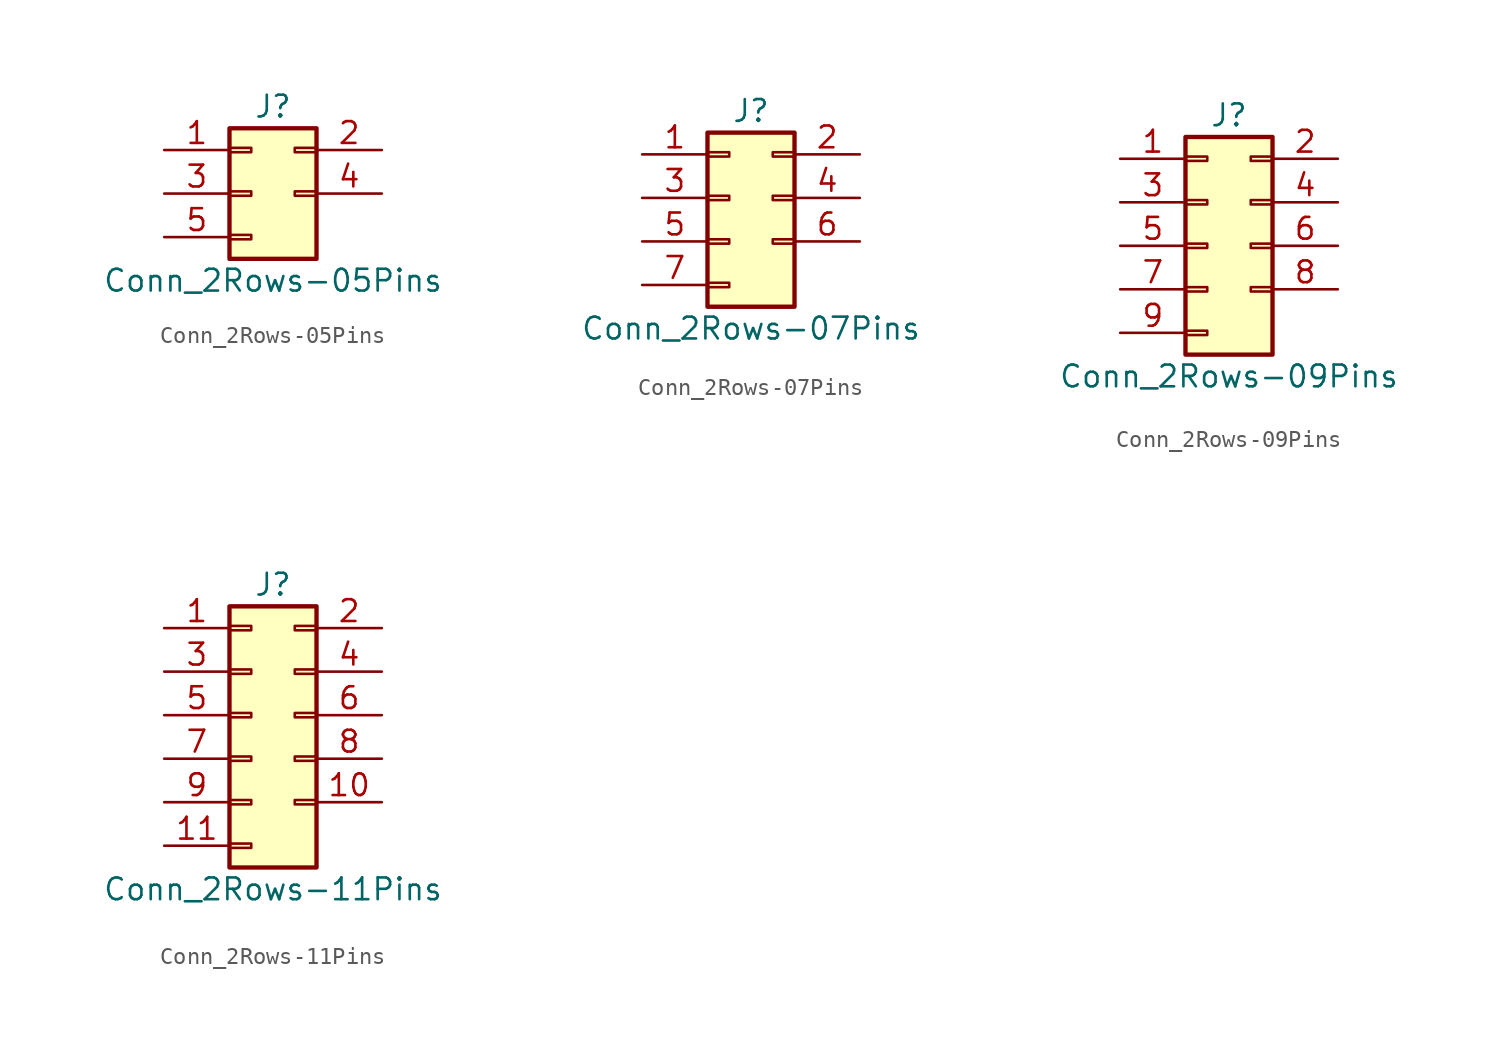
<source format=kicad_sym>
(kicad_symbol_lib
  (version 20201005)
  (generator kicad_symbol_editor)
  (symbol "Conn_2Rows-05Pins"
    (pin_names
      (offset 1.016) hide)
    (property "Reference" "J"
      (at 1.27 5.08 0)
      (effects (font (size 1.27 1.27))))
    (property "Value" "Conn_2Rows-05Pins"
      (at 1.27 -5.08 0)
      (effects (font (size 1.27 1.27))))
    (symbol "Conn_2Rows-05Pins_1_1"
      (rectangle (start -1.27 -2.413) (end 0 -2.667) (stroke (width 0.152)) (fill (type none)))
      (rectangle (start -1.27 0.127) (end 0 -0.127) (stroke (width 0.152)) (fill (type none)))
      (rectangle (start -1.27 2.667) (end 0 2.413) (stroke (width 0.152)) (fill (type none)))
      (rectangle (start 3.81 0.127) (end 2.54 -0.127) (stroke (width 0.152)) (fill (type none)))
      (rectangle (start 3.81 2.667) (end 2.54 2.413) (stroke (width 0.152)) (fill (type none)))
      (rectangle (start -1.27 3.81) (end 3.81 -3.81) (stroke (width 0.254)) (fill (type background)))
      (pin passive line (at -5.08 2.54 0) (length 3.81) (name "Pin_1" (effects (font (size 1.27 1.27)))) (number "1" (effects (font (size 1.27 1.27)))))
      (pin passive line (at 7.62 2.54 180) (length 3.81) (name "Pin_2" (effects (font (size 1.27 1.27)))) (number "2" (effects (font (size 1.27 1.27)))))
      (pin passive line (at -5.08 0 0) (length 3.81) (name "Pin_3" (effects (font (size 1.27 1.27)))) (number "3" (effects (font (size 1.27 1.27)))))
      (pin passive line (at 7.62 0 180) (length 3.81) (name "Pin_4" (effects (font (size 1.27 1.27)))) (number "4" (effects (font (size 1.27 1.27)))))
      (pin passive line (at -5.08 -2.54 0) (length 3.81) (name "Pin_5" (effects (font (size 1.27 1.27)))) (number "5" (effects (font (size 1.27 1.27)))))))
  (symbol "Conn_2Rows-07Pins"
    (pin_names
      (offset 1.016) hide)
    (property "Reference" "J"
      (at 1.27 5.08 0)
      (effects (font (size 1.27 1.27))))
    (property "Value" "Conn_2Rows-07Pins"
      (at 1.27 -7.62 0)
      (effects (font (size 1.27 1.27))))
    (symbol "Conn_2Rows-07Pins_1_1"
      (rectangle (start -1.27 -4.953) (end 0 -5.207) (stroke (width 0.152)) (fill (type none)))
      (rectangle (start -1.27 -2.413) (end 0 -2.667) (stroke (width 0.152)) (fill (type none)))
      (rectangle (start -1.27 0.127) (end 0 -0.127) (stroke (width 0.152)) (fill (type none)))
      (rectangle (start -1.27 2.667) (end 0 2.413) (stroke (width 0.152)) (fill (type none)))
      (rectangle (start 3.81 -2.413) (end 2.54 -2.667) (stroke (width 0.152)) (fill (type none)))
      (rectangle (start 3.81 0.127) (end 2.54 -0.127) (stroke (width 0.152)) (fill (type none)))
      (rectangle (start 3.81 2.667) (end 2.54 2.413) (stroke (width 0.152)) (fill (type none)))
      (rectangle (start -1.27 3.81) (end 3.81 -6.35) (stroke (width 0.254)) (fill (type background)))
      (pin passive line (at -5.08 2.54 0) (length 3.81) (name "Pin_1" (effects (font (size 1.27 1.27)))) (number "1" (effects (font (size 1.27 1.27)))))
      (pin passive line (at 7.62 2.54 180) (length 3.81) (name "Pin_2" (effects (font (size 1.27 1.27)))) (number "2" (effects (font (size 1.27 1.27)))))
      (pin passive line (at -5.08 0 0) (length 3.81) (name "Pin_3" (effects (font (size 1.27 1.27)))) (number "3" (effects (font (size 1.27 1.27)))))
      (pin passive line (at 7.62 0 180) (length 3.81) (name "Pin_4" (effects (font (size 1.27 1.27)))) (number "4" (effects (font (size 1.27 1.27)))))
      (pin passive line (at -5.08 -2.54 0) (length 3.81) (name "Pin_5" (effects (font (size 1.27 1.27)))) (number "5" (effects (font (size 1.27 1.27)))))
      (pin passive line (at 7.62 -2.54 180) (length 3.81) (name "Pin_6" (effects (font (size 1.27 1.27)))) (number "6" (effects (font (size 1.27 1.27)))))
      (pin passive line (at -5.08 -5.08 0) (length 3.81) (name "Pin_7" (effects (font (size 1.27 1.27)))) (number "7" (effects (font (size 1.27 1.27)))))))
  (symbol "Conn_2Rows-09Pins"
    (pin_names
      (offset 1.016) hide)
    (property "Reference" "J"
      (at 1.27 7.62 0)
      (effects (font (size 1.27 1.27))))
    (property "Value" "Conn_2Rows-09Pins"
      (at 1.27 -7.62 0)
      (effects (font (size 1.27 1.27))))
    (symbol "Conn_2Rows-09Pins_1_1"
      (rectangle (start -1.27 -4.953) (end 0 -5.207) (stroke (width 0.152)) (fill (type none)))
      (rectangle (start -1.27 -2.413) (end 0 -2.667) (stroke (width 0.152)) (fill (type none)))
      (rectangle (start -1.27 0.127) (end 0 -0.127) (stroke (width 0.152)) (fill (type none)))
      (rectangle (start -1.27 2.667) (end 0 2.413) (stroke (width 0.152)) (fill (type none)))
      (rectangle (start -1.27 5.207) (end 0 4.953) (stroke (width 0.152)) (fill (type none)))
      (rectangle (start 3.81 -2.413) (end 2.54 -2.667) (stroke (width 0.152)) (fill (type none)))
      (rectangle (start 3.81 0.127) (end 2.54 -0.127) (stroke (width 0.152)) (fill (type none)))
      (rectangle (start 3.81 2.667) (end 2.54 2.413) (stroke (width 0.152)) (fill (type none)))
      (rectangle (start 3.81 5.207) (end 2.54 4.953) (stroke (width 0.152)) (fill (type none)))
      (rectangle (start -1.27 6.35) (end 3.81 -6.35) (stroke (width 0.254)) (fill (type background)))
      (pin passive line (at -5.08 5.08 0) (length 3.81) (name "Pin_1" (effects (font (size 1.27 1.27)))) (number "1" (effects (font (size 1.27 1.27)))))
      (pin passive line (at 7.62 5.08 180) (length 3.81) (name "Pin_2" (effects (font (size 1.27 1.27)))) (number "2" (effects (font (size 1.27 1.27)))))
      (pin passive line (at -5.08 2.54 0) (length 3.81) (name "Pin_3" (effects (font (size 1.27 1.27)))) (number "3" (effects (font (size 1.27 1.27)))))
      (pin passive line (at 7.62 2.54 180) (length 3.81) (name "Pin_4" (effects (font (size 1.27 1.27)))) (number "4" (effects (font (size 1.27 1.27)))))
      (pin passive line (at -5.08 0 0) (length 3.81) (name "Pin_5" (effects (font (size 1.27 1.27)))) (number "5" (effects (font (size 1.27 1.27)))))
      (pin passive line (at 7.62 0 180) (length 3.81) (name "Pin_6" (effects (font (size 1.27 1.27)))) (number "6" (effects (font (size 1.27 1.27)))))
      (pin passive line (at -5.08 -2.54 0) (length 3.81) (name "Pin_7" (effects (font (size 1.27 1.27)))) (number "7" (effects (font (size 1.27 1.27)))))
      (pin passive line (at 7.62 -2.54 180) (length 3.81) (name "Pin_8" (effects (font (size 1.27 1.27)))) (number "8" (effects (font (size 1.27 1.27)))))
      (pin passive line (at -5.08 -5.08 0) (length 3.81) (name "Pin_9" (effects (font (size 1.27 1.27)))) (number "9" (effects (font (size 1.27 1.27)))))))
  (symbol "Conn_2Rows-11Pins"
    (pin_names
      (offset 1.016) hide)
    (property "Reference" "J"
      (at 1.27 7.62 0)
      (effects (font (size 1.27 1.27))))
    (property "Value" "Conn_2Rows-11Pins"
      (at 1.27 -10.16 0)
      (effects (font (size 1.27 1.27))))
    (symbol "Conn_2Rows-11Pins_1_1"
      (rectangle (start -1.27 -7.493) (end 0 -7.747) (stroke (width 0.152)) (fill (type none)))
      (rectangle (start -1.27 -4.953) (end 0 -5.207) (stroke (width 0.152)) (fill (type none)))
      (rectangle (start -1.27 -2.413) (end 0 -2.667) (stroke (width 0.152)) (fill (type none)))
      (rectangle (start -1.27 0.127) (end 0 -0.127) (stroke (width 0.152)) (fill (type none)))
      (rectangle (start -1.27 2.667) (end 0 2.413) (stroke (width 0.152)) (fill (type none)))
      (rectangle (start -1.27 5.207) (end 0 4.953) (stroke (width 0.152)) (fill (type none)))
      (rectangle (start 3.81 -4.953) (end 2.54 -5.207) (stroke (width 0.152)) (fill (type none)))
      (rectangle (start 3.81 -2.413) (end 2.54 -2.667) (stroke (width 0.152)) (fill (type none)))
      (rectangle (start 3.81 0.127) (end 2.54 -0.127) (stroke (width 0.152)) (fill (type none)))
      (rectangle (start 3.81 2.667) (end 2.54 2.413) (stroke (width 0.152)) (fill (type none)))
      (rectangle (start 3.81 5.207) (end 2.54 4.953) (stroke (width 0.152)) (fill (type none)))
      (rectangle (start -1.27 6.35) (end 3.81 -8.89) (stroke (width 0.254)) (fill (type background)))
      (pin passive line (at -5.08 5.08 0) (length 3.81) (name "Pin_1" (effects (font (size 1.27 1.27)))) (number "1" (effects (font (size 1.27 1.27)))))
      (pin passive line (at 7.62 -5.08 180) (length 3.81) (name "Pin_10" (effects (font (size 1.27 1.27)))) (number "10" (effects (font (size 1.27 1.27)))))
      (pin passive line (at -5.08 -7.62 0) (length 3.81) (name "Pin_11" (effects (font (size 1.27 1.27)))) (number "11" (effects (font (size 1.27 1.27)))))
      (pin passive line (at 7.62 5.08 180) (length 3.81) (name "Pin_2" (effects (font (size 1.27 1.27)))) (number "2" (effects (font (size 1.27 1.27)))))
      (pin passive line (at -5.08 2.54 0) (length 3.81) (name "Pin_3" (effects (font (size 1.27 1.27)))) (number "3" (effects (font (size 1.27 1.27)))))
      (pin passive line (at 7.62 2.54 180) (length 3.81) (name "Pin_4" (effects (font (size 1.27 1.27)))) (number "4" (effects (font (size 1.27 1.27)))))
      (pin passive line (at -5.08 0 0) (length 3.81) (name "Pin_5" (effects (font (size 1.27 1.27)))) (number "5" (effects (font (size 1.27 1.27)))))
      (pin passive line (at 7.62 0 180) (length 3.81) (name "Pin_6" (effects (font (size 1.27 1.27)))) (number "6" (effects (font (size 1.27 1.27)))))
      (pin passive line (at -5.08 -2.54 0) (length 3.81) (name "Pin_7" (effects (font (size 1.27 1.27)))) (number "7" (effects (font (size 1.27 1.27)))))
      (pin passive line (at 7.62 -2.54 180) (length 3.81) (name "Pin_8" (effects (font (size 1.27 1.27)))) (number "8" (effects (font (size 1.27 1.27)))))
      (pin passive line (at -5.08 -5.08 0) (length 3.81) (name "Pin_9" (effects (font (size 1.27 1.27)))) (number "9" (effects (font (size 1.27 1.27))))))))
</source>
